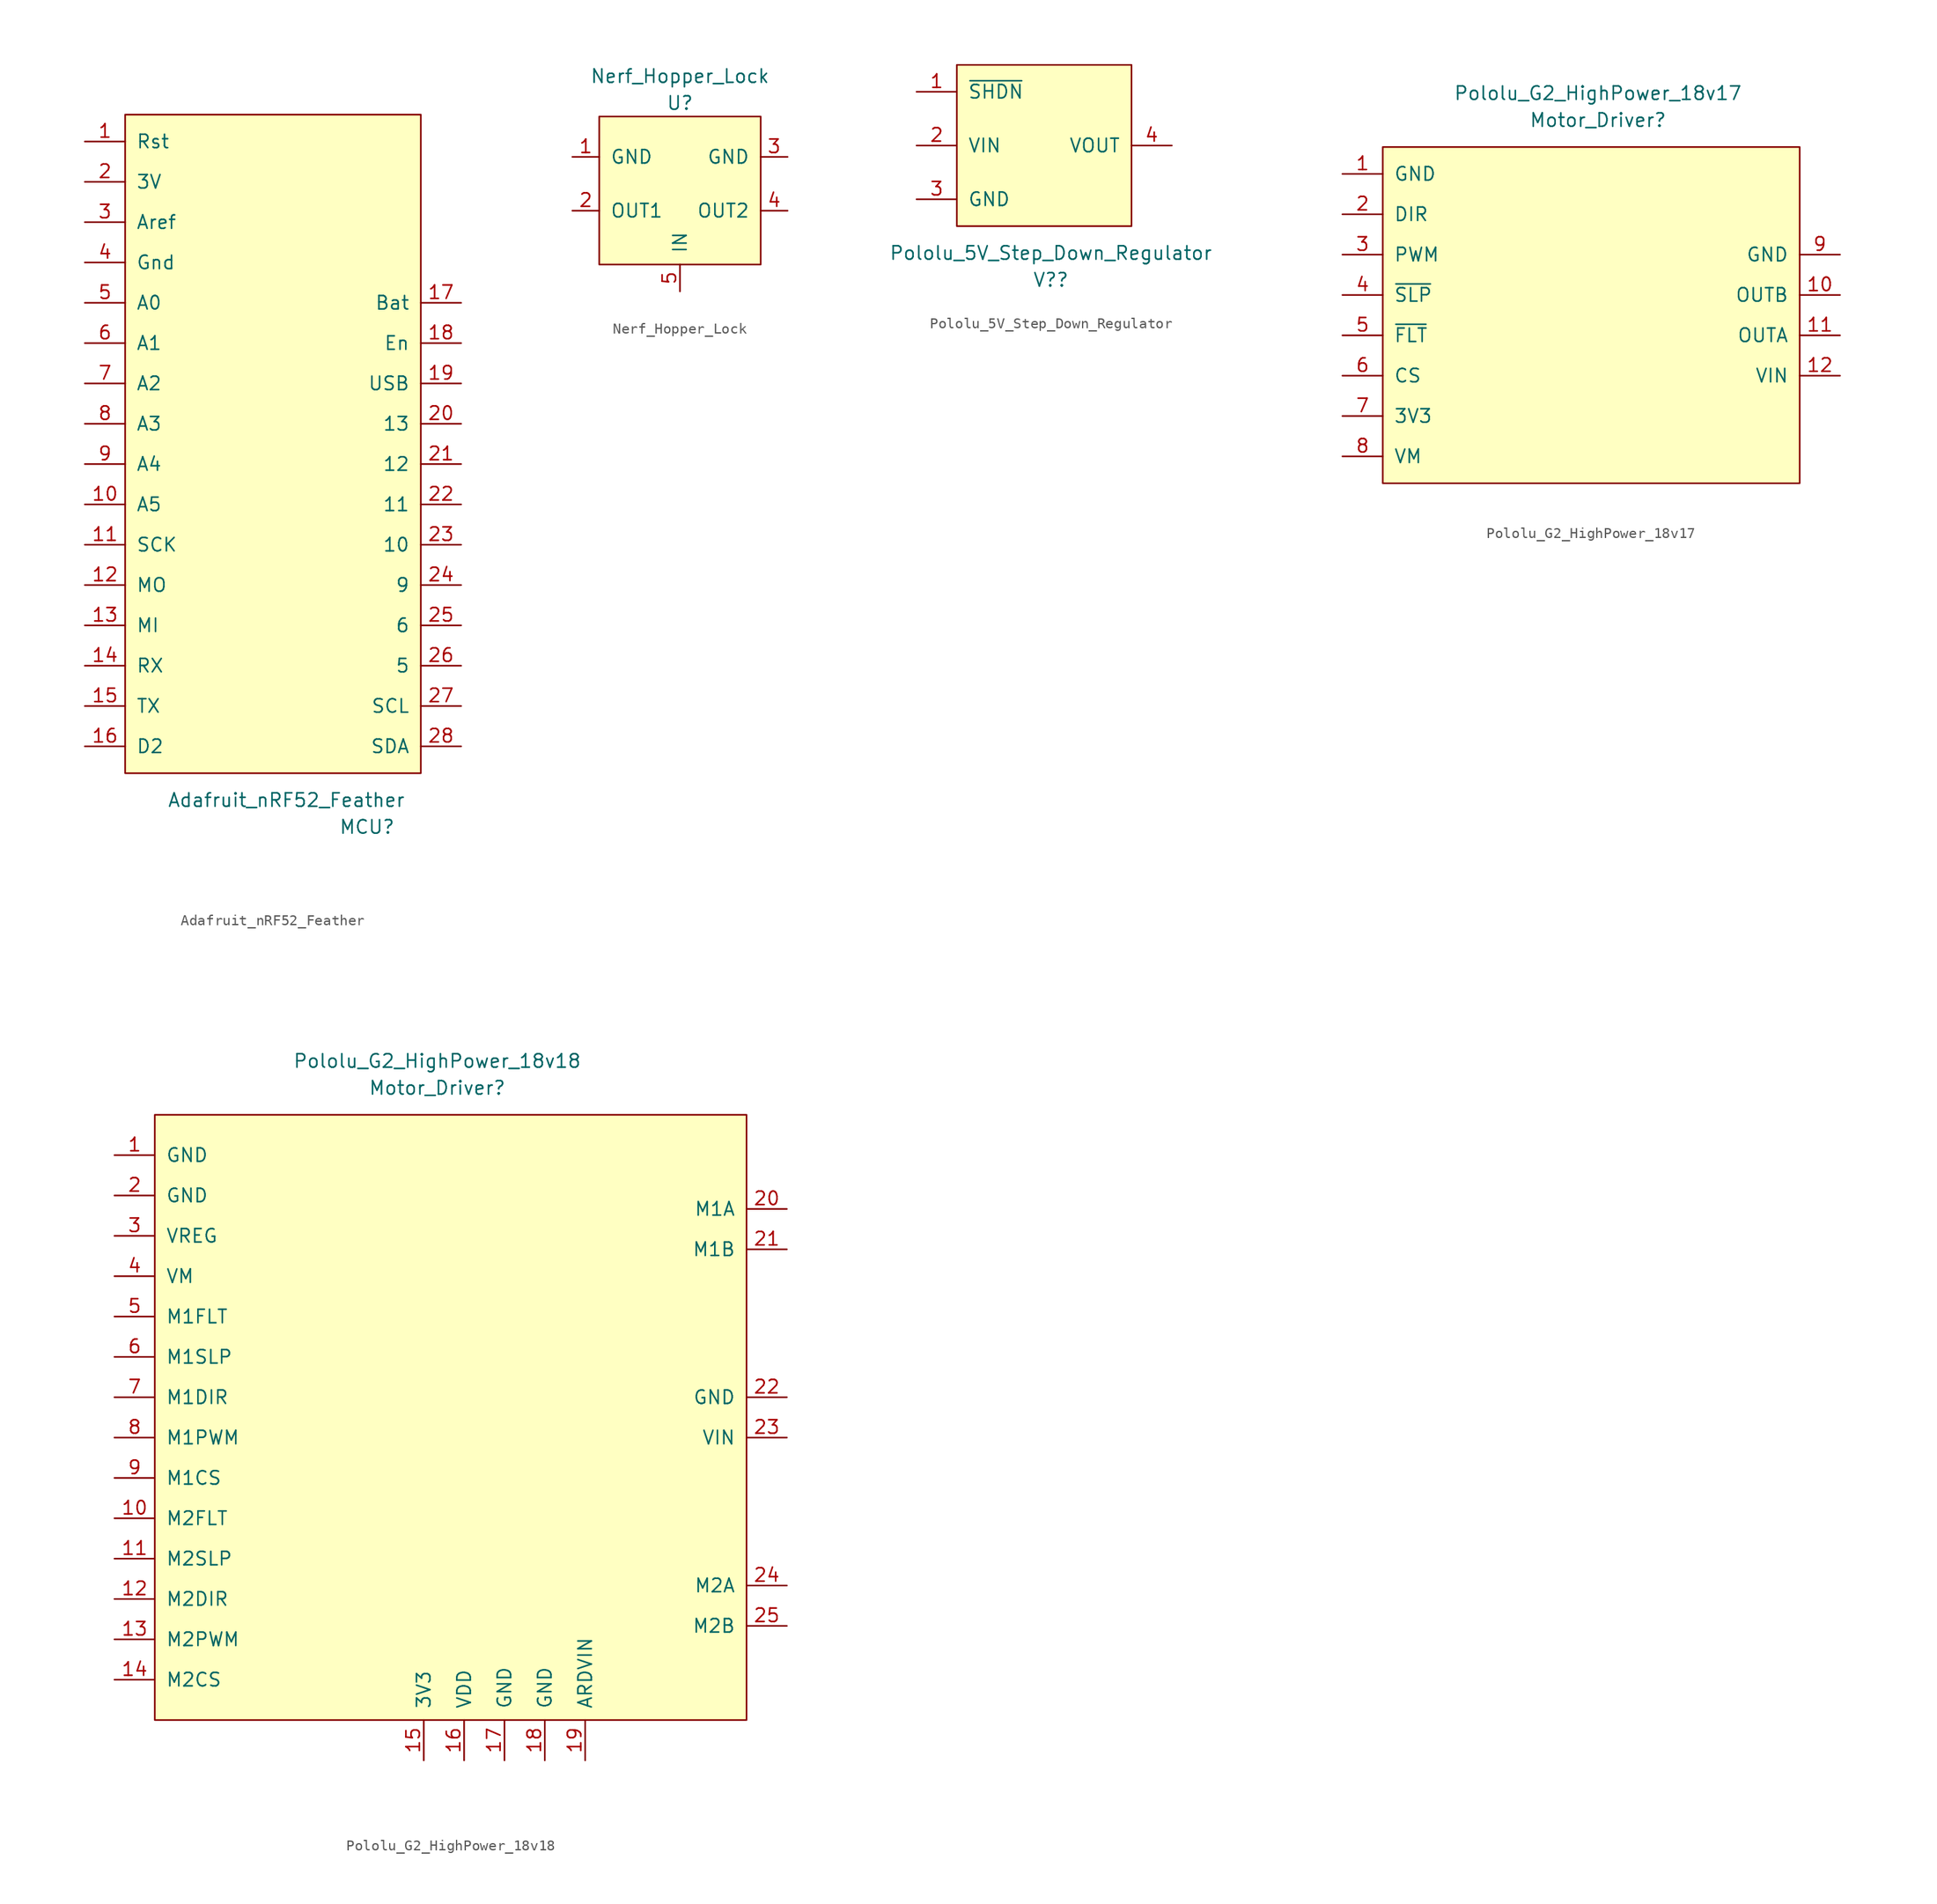
<source format=kicad_sym>
(kicad_symbol_lib
  (version 20211014)
  (generator kicad_symbol_editor)
  (symbol "Adafruit_nRF52_Feather"
    (pin_names
      (offset 1.016))
    (property "Reference" "MCU"
      (at 8.89 -35.56 0)
      (effects (font (size 1.27 1.27))))
    (property "Value" "Adafruit_nRF52_Feather"
      (at 1.27 -33.02 0)
      (effects (font (size 1.27 1.27))))
    (symbol "Adafruit_nRF52_Feather_0_1"
      (rectangle (start 13.97 -30.48) (end -13.97 31.75) (stroke (width 0) (type default) (color 0 0 0 0)) (fill (type background))))
    (symbol "Adafruit_nRF52_Feather_1_1"
      (pin input line (at -17.78 29.21 0) (length 3.81) (name "Rst" (effects (font (size 1.27 1.27)))) (number "1" (effects (font (size 1.27 1.27)))))
      (pin bidirectional line (at -17.78 -5.08 0) (length 3.81) (name "A5" (effects (font (size 1.27 1.27)))) (number "10" (effects (font (size 1.27 1.27)))))
      (pin bidirectional line (at -17.78 -8.89 0) (length 3.81) (name "SCK" (effects (font (size 1.27 1.27)))) (number "11" (effects (font (size 1.27 1.27)))))
      (pin bidirectional line (at -17.78 -12.7 0) (length 3.81) (name "MO" (effects (font (size 1.27 1.27)))) (number "12" (effects (font (size 1.27 1.27)))))
      (pin bidirectional line (at -17.78 -16.51 0) (length 3.81) (name "MI" (effects (font (size 1.27 1.27)))) (number "13" (effects (font (size 1.27 1.27)))))
      (pin input line (at -17.78 -20.32 0) (length 3.81) (name "RX" (effects (font (size 1.27 1.27)))) (number "14" (effects (font (size 1.27 1.27)))))
      (pin output line (at -17.78 -24.13 0) (length 3.81) (name "TX" (effects (font (size 1.27 1.27)))) (number "15" (effects (font (size 1.27 1.27)))))
      (pin input line (at -17.78 -27.94 0) (length 3.81) (name "D2" (effects (font (size 1.27 1.27)))) (number "16" (effects (font (size 1.27 1.27)))))
      (pin power_out line (at 17.78 13.97 180) (length 3.81) (name "Bat" (effects (font (size 1.27 1.27)))) (number "17" (effects (font (size 1.27 1.27)))))
      (pin input line (at 17.78 10.16 180) (length 3.81) (name "En" (effects (font (size 1.27 1.27)))) (number "18" (effects (font (size 1.27 1.27)))))
      (pin power_in line (at 17.78 6.35 180) (length 3.81) (name "USB" (effects (font (size 1.27 1.27)))) (number "19" (effects (font (size 1.27 1.27)))))
      (pin power_out line (at -17.78 25.4 0) (length 3.81) (name "3V" (effects (font (size 1.27 1.27)))) (number "2" (effects (font (size 1.27 1.27)))))
      (pin bidirectional line (at 17.78 2.54 180) (length 3.81) (name "13" (effects (font (size 1.27 1.27)))) (number "20" (effects (font (size 1.27 1.27)))))
      (pin bidirectional line (at 17.78 -1.27 180) (length 3.81) (name "12" (effects (font (size 1.27 1.27)))) (number "21" (effects (font (size 1.27 1.27)))))
      (pin bidirectional line (at 17.78 -5.08 180) (length 3.81) (name "11" (effects (font (size 1.27 1.27)))) (number "22" (effects (font (size 1.27 1.27)))))
      (pin bidirectional line (at 17.78 -8.89 180) (length 3.81) (name "10" (effects (font (size 1.27 1.27)))) (number "23" (effects (font (size 1.27 1.27)))))
      (pin bidirectional line (at 17.78 -12.7 180) (length 3.81) (name "9" (effects (font (size 1.27 1.27)))) (number "24" (effects (font (size 1.27 1.27)))))
      (pin bidirectional line (at 17.78 -16.51 180) (length 3.81) (name "6" (effects (font (size 1.27 1.27)))) (number "25" (effects (font (size 1.27 1.27)))))
      (pin bidirectional line (at 17.78 -20.32 180) (length 3.81) (name "5" (effects (font (size 1.27 1.27)))) (number "26" (effects (font (size 1.27 1.27)))))
      (pin bidirectional line (at 17.78 -24.13 180) (length 3.81) (name "SCL" (effects (font (size 1.27 1.27)))) (number "27" (effects (font (size 1.27 1.27)))))
      (pin bidirectional line (at 17.78 -27.94 180) (length 3.81) (name "SDA" (effects (font (size 1.27 1.27)))) (number "28" (effects (font (size 1.27 1.27)))))
      (pin power_out line (at -17.78 21.59 0) (length 3.81) (name "Aref" (effects (font (size 1.27 1.27)))) (number "3" (effects (font (size 1.27 1.27)))))
      (pin power_in line (at -17.78 17.78 0) (length 3.81) (name "Gnd" (effects (font (size 1.27 1.27)))) (number "4" (effects (font (size 1.27 1.27)))))
      (pin bidirectional line (at -17.78 13.97 0) (length 3.81) (name "A0" (effects (font (size 1.27 1.27)))) (number "5" (effects (font (size 1.27 1.27)))))
      (pin bidirectional line (at -17.78 10.16 0) (length 3.81) (name "A1" (effects (font (size 1.27 1.27)))) (number "6" (effects (font (size 1.27 1.27)))))
      (pin bidirectional line (at -17.78 6.35 0) (length 3.81) (name "A2" (effects (font (size 1.27 1.27)))) (number "7" (effects (font (size 1.27 1.27)))))
      (pin bidirectional line (at -17.78 2.54 0) (length 3.81) (name "A3" (effects (font (size 1.27 1.27)))) (number "8" (effects (font (size 1.27 1.27)))))
      (pin bidirectional line (at -17.78 -1.27 0) (length 3.81) (name "A4" (effects (font (size 1.27 1.27)))) (number "9" (effects (font (size 1.27 1.27)))))))
  (symbol "Nerf_Hopper_Lock"
    (pin_names
      (offset 1.016))
    (property "Reference" "U"
      (at 0 7.62 0)
      (effects (font (size 1.27 1.27))))
    (property "Value" "Nerf_Hopper_Lock"
      (at 0 10.16 0)
      (effects (font (size 1.27 1.27))))
    (symbol "Nerf_Hopper_Lock_0_1"
      (rectangle (start -7.62 6.35) (end 7.62 -7.62) (stroke (width 0) (type default) (color 0 0 0 0)) (fill (type background))))
    (symbol "Nerf_Hopper_Lock_1_1"
      (pin power_in line (at -10.16 2.54 0) (length 2.54) (name "GND" (effects (font (size 1.27 1.27)))) (number "1" (effects (font (size 1.27 1.27)))))
      (pin output line (at -10.16 -2.54 0) (length 2.54) (name "OUT1" (effects (font (size 1.27 1.27)))) (number "2" (effects (font (size 1.27 1.27)))))
      (pin power_in line (at 10.16 2.54 180) (length 2.54) (name "GND" (effects (font (size 1.27 1.27)))) (number "3" (effects (font (size 1.27 1.27)))))
      (pin output line (at 10.16 -2.54 180) (length 2.54) (name "OUT2" (effects (font (size 1.27 1.27)))) (number "4" (effects (font (size 1.27 1.27)))))
      (pin power_in line (at 0 -10.16 90) (length 2.54) (name "IN" (effects (font (size 1.27 1.27)))) (number "5" (effects (font (size 1.27 1.27)))))))
  (symbol "Pololu_5V_Step_Down_Regulator"
    (pin_names
      (offset 1.016))
    (property "Reference" "V?"
      (at -3.81 1.27 0)
      (effects (font (size 1.27 1.27))))
    (property "Value" "Pololu_5V_Step_Down_Regulator"
      (at -3.81 3.81 0)
      (effects (font (size 1.27 1.27))))
    (symbol "Pololu_5V_Step_Down_Regulator_0_1"
      (rectangle (start -12.7 21.59) (end 3.81 6.35) (stroke (width 0) (type default) (color 0 0 0 0)) (fill (type background))))
    (symbol "Pololu_5V_Step_Down_Regulator_1_1"
      (pin input line (at -16.51 19.05 0) (length 3.81) (name "~{SHDN}" (effects (font (size 1.27 1.27)))) (number "1" (effects (font (size 1.27 1.27)))))
      (pin power_in line (at -16.51 13.97 0) (length 3.81) (name "VIN" (effects (font (size 1.27 1.27)))) (number "2" (effects (font (size 1.27 1.27)))))
      (pin power_in line (at -16.51 8.89 0) (length 3.81) (name "GND" (effects (font (size 1.27 1.27)))) (number "3" (effects (font (size 1.27 1.27)))))
      (pin power_out line (at 7.62 13.97 180) (length 3.81) (name "VOUT" (effects (font (size 1.27 1.27)))) (number "4" (effects (font (size 1.27 1.27)))))))
  (symbol "Pololu_G2_HighPower_18v17"
    (pin_names
      (offset 1.016))
    (property "Reference" "Motor_Driver"
      (at 0 13.97 0)
      (effects (font (size 1.27 1.27))))
    (property "Value" "Pololu_G2_HighPower_18v17"
      (at 0 16.51 0)
      (effects (font (size 1.27 1.27))))
    (symbol "Pololu_G2_HighPower_18v17_0_1"
      (rectangle (start -20.32 11.43) (end 19.05 -20.32) (stroke (width 0) (type default) (color 0 0 0 0)) (fill (type background))))
    (symbol "Pololu_G2_HighPower_18v17_1_1"
      (pin power_in line (at -24.13 8.89 0) (length 3.81) (name "GND" (effects (font (size 1.27 1.27)))) (number "1" (effects (font (size 1.27 1.27)))))
      (pin power_out line (at 22.86 -2.54 180) (length 3.81) (name "OUTB" (effects (font (size 1.27 1.27)))) (number "10" (effects (font (size 1.27 1.27)))))
      (pin power_out line (at 22.86 -6.35 180) (length 3.81) (name "OUTA" (effects (font (size 1.27 1.27)))) (number "11" (effects (font (size 1.27 1.27)))))
      (pin power_in line (at 22.86 -10.16 180) (length 3.81) (name "VIN" (effects (font (size 1.27 1.27)))) (number "12" (effects (font (size 1.27 1.27)))))
      (pin input line (at -24.13 5.08 0) (length 3.81) (name "DIR" (effects (font (size 1.27 1.27)))) (number "2" (effects (font (size 1.27 1.27)))))
      (pin input line (at -24.13 1.27 0) (length 3.81) (name "PWM" (effects (font (size 1.27 1.27)))) (number "3" (effects (font (size 1.27 1.27)))))
      (pin input line (at -24.13 -2.54 0) (length 3.81) (name "~{SLP}" (effects (font (size 1.27 1.27)))) (number "4" (effects (font (size 1.27 1.27)))))
      (pin output line (at -24.13 -6.35 0) (length 3.81) (name "~{FLT}" (effects (font (size 1.27 1.27)))) (number "5" (effects (font (size 1.27 1.27)))))
      (pin output line (at -24.13 -10.16 0) (length 3.81) (name "CS" (effects (font (size 1.27 1.27)))) (number "6" (effects (font (size 1.27 1.27)))))
      (pin power_out line (at -24.13 -13.97 0) (length 3.81) (name "3V3" (effects (font (size 1.27 1.27)))) (number "7" (effects (font (size 1.27 1.27)))))
      (pin power_out line (at -24.13 -17.78 0) (length 3.81) (name "VM" (effects (font (size 1.27 1.27)))) (number "8" (effects (font (size 1.27 1.27)))))
      (pin power_in line (at 22.86 1.27 180) (length 3.81) (name "GND" (effects (font (size 1.27 1.27)))) (number "9" (effects (font (size 1.27 1.27)))))))
  (symbol "Pololu_G2_HighPower_18v18"
    (pin_names
      (offset 1.016))
    (property "Reference" "Motor_Driver"
      (at -1.27 30.48 0)
      (effects (font (size 1.27 1.27))))
    (property "Value" "Pololu_G2_HighPower_18v18"
      (at -1.27 33.02 0)
      (effects (font (size 1.27 1.27))))
    (symbol "Pololu_G2_HighPower_18v18_0_1"
      (rectangle (start -27.94 27.94) (end 27.94 -29.21) (stroke (width 0) (type default) (color 0 0 0 0)) (fill (type background))))
    (symbol "Pololu_G2_HighPower_18v18_1_1"
      (pin power_out line (at -31.75 24.13 0) (length 3.81) (name "GND" (effects (font (size 1.27 1.27)))) (number "1" (effects (font (size 1.27 1.27)))))
      (pin output line (at -31.75 -10.16 0) (length 3.81) (name "M2FLT" (effects (font (size 1.27 1.27)))) (number "10" (effects (font (size 1.27 1.27)))))
      (pin input line (at -31.75 -13.97 0) (length 3.81) (name "M2SLP" (effects (font (size 1.27 1.27)))) (number "11" (effects (font (size 1.27 1.27)))))
      (pin input line (at -31.75 -17.78 0) (length 3.81) (name "M2DIR" (effects (font (size 1.27 1.27)))) (number "12" (effects (font (size 1.27 1.27)))))
      (pin input line (at -31.75 -21.59 0) (length 3.81) (name "M2PWM" (effects (font (size 1.27 1.27)))) (number "13" (effects (font (size 1.27 1.27)))))
      (pin output line (at -31.75 -25.4 0) (length 3.81) (name "M2CS" (effects (font (size 1.27 1.27)))) (number "14" (effects (font (size 1.27 1.27)))))
      (pin power_out line (at -2.54 -33.02 90) (length 3.81) (name "3V3" (effects (font (size 1.27 1.27)))) (number "15" (effects (font (size 1.27 1.27)))))
      (pin power_out line (at 1.27 -33.02 90) (length 3.81) (name "VDD" (effects (font (size 1.27 1.27)))) (number "16" (effects (font (size 1.27 1.27)))))
      (pin power_out line (at 5.08 -33.02 90) (length 3.81) (name "GND" (effects (font (size 1.27 1.27)))) (number "17" (effects (font (size 1.27 1.27)))))
      (pin power_out line (at 8.89 -33.02 90) (length 3.81) (name "GND" (effects (font (size 1.27 1.27)))) (number "18" (effects (font (size 1.27 1.27)))))
      (pin power_out line (at 12.7 -33.02 90) (length 3.81) (name "ARDVIN" (effects (font (size 1.27 1.27)))) (number "19" (effects (font (size 1.27 1.27)))))
      (pin power_out line (at -31.75 20.32 0) (length 3.81) (name "GND" (effects (font (size 1.27 1.27)))) (number "2" (effects (font (size 1.27 1.27)))))
      (pin power_out line (at 31.75 19.05 180) (length 3.81) (name "M1A" (effects (font (size 1.27 1.27)))) (number "20" (effects (font (size 1.27 1.27)))))
      (pin power_out line (at 31.75 15.24 180) (length 3.81) (name "M1B" (effects (font (size 1.27 1.27)))) (number "21" (effects (font (size 1.27 1.27)))))
      (pin power_in line (at 31.75 1.27 180) (length 3.81) (name "GND" (effects (font (size 1.27 1.27)))) (number "22" (effects (font (size 1.27 1.27)))))
      (pin power_in line (at 31.75 -2.54 180) (length 3.81) (name "VIN" (effects (font (size 1.27 1.27)))) (number "23" (effects (font (size 1.27 1.27)))))
      (pin power_out line (at 31.75 -16.51 180) (length 3.81) (name "M2A" (effects (font (size 1.27 1.27)))) (number "24" (effects (font (size 1.27 1.27)))))
      (pin power_out line (at 31.75 -20.32 180) (length 3.81) (name "M2B" (effects (font (size 1.27 1.27)))) (number "25" (effects (font (size 1.27 1.27)))))
      (pin power_out line (at -31.75 16.51 0) (length 3.81) (name "VREG" (effects (font (size 1.27 1.27)))) (number "3" (effects (font (size 1.27 1.27)))))
      (pin power_out line (at -31.75 12.7 0) (length 3.81) (name "VM" (effects (font (size 1.27 1.27)))) (number "4" (effects (font (size 1.27 1.27)))))
      (pin output line (at -31.75 8.89 0) (length 3.81) (name "M1FLT" (effects (font (size 1.27 1.27)))) (number "5" (effects (font (size 1.27 1.27)))))
      (pin input line (at -31.75 5.08 0) (length 3.81) (name "M1SLP" (effects (font (size 1.27 1.27)))) (number "6" (effects (font (size 1.27 1.27)))))
      (pin input line (at -31.75 1.27 0) (length 3.81) (name "M1DIR" (effects (font (size 1.27 1.27)))) (number "7" (effects (font (size 1.27 1.27)))))
      (pin input line (at -31.75 -2.54 0) (length 3.81) (name "M1PWM" (effects (font (size 1.27 1.27)))) (number "8" (effects (font (size 1.27 1.27)))))
      (pin output line (at -31.75 -6.35 0) (length 3.81) (name "M1CS" (effects (font (size 1.27 1.27)))) (number "9" (effects (font (size 1.27 1.27))))))))
</source>
